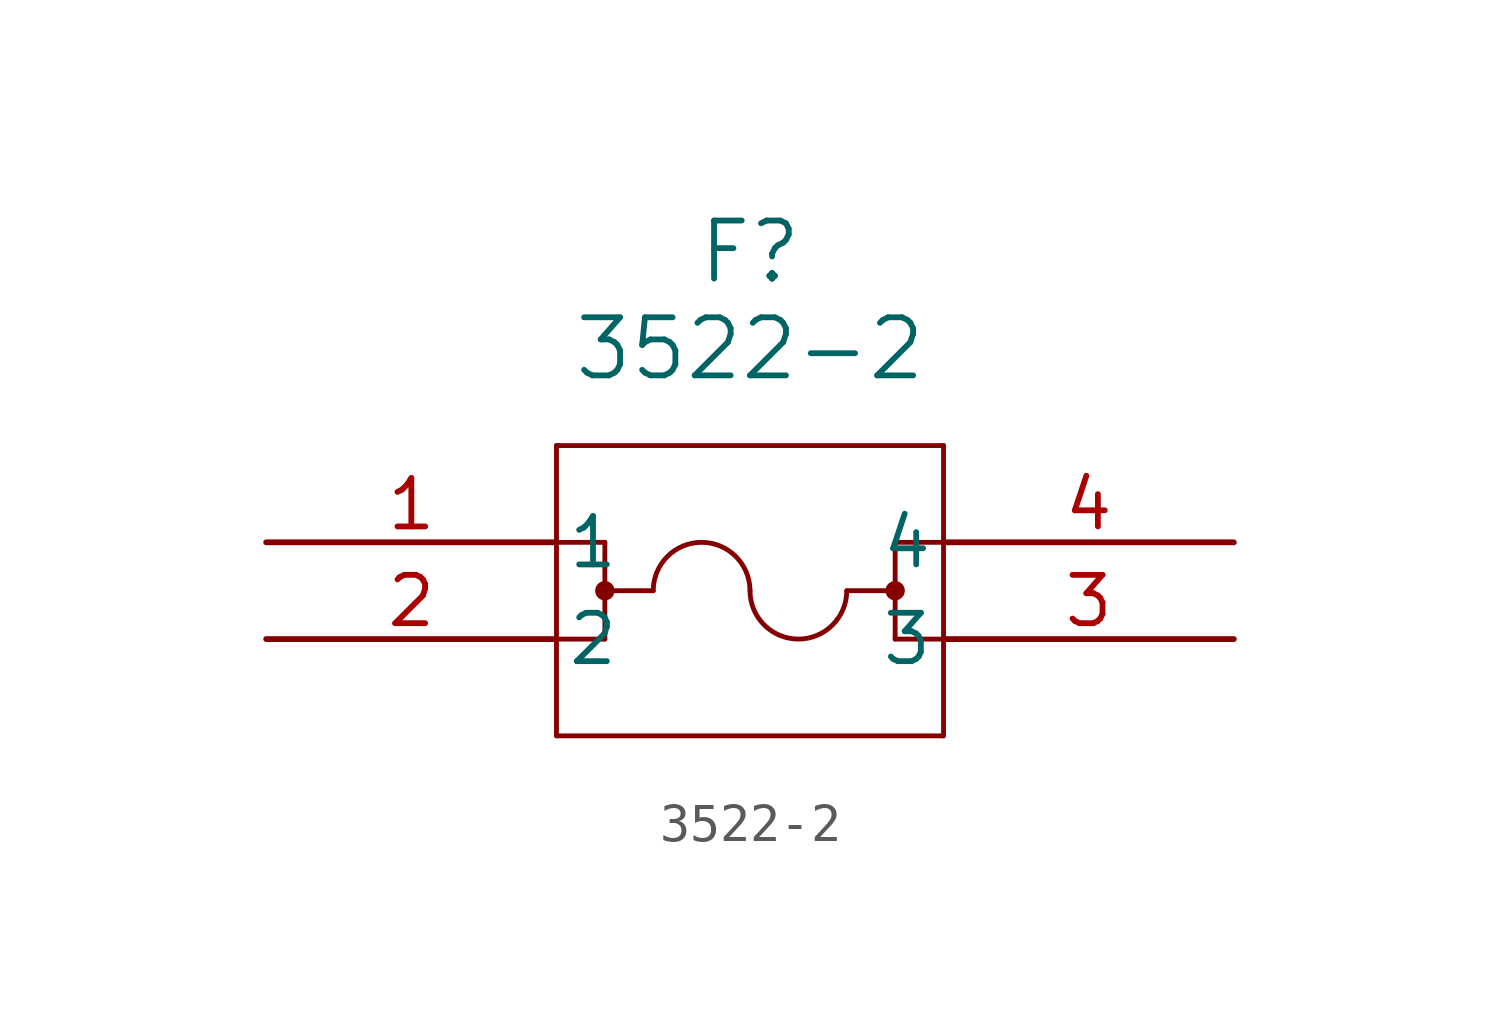
<source format=kicad_sym>
(kicad_symbol_lib
  (version 20211014)
  (generator kicad_symbol_editor)
  (symbol "3522-2"
    (pin_names
      (offset 0.254))
    (property "Reference" "F"
      (at 12.7 7.62 0)
      (effects (font (size 1.524 1.524))))
    (property "Value" "3522-2"
      (at 12.7 5.08 0)
      (effects (font (size 1.524 1.524))))
    (symbol "3522-2_0_1"
      (polyline (pts (xy 16.51 -2.54) (xy 16.51 0)) (stroke (width 0.127) (type default) (color 0 0 0 0)) (fill (type none)))
      (polyline (pts (xy 8.89 0) (xy 8.89 -2.54)) (stroke (width 0.127) (type default) (color 0 0 0 0)) (fill (type none)))
      (polyline (pts (xy 7.62 2.54) (xy 7.62 -5.08)) (stroke (width 0.127) (type default) (color 0 0 0 0)) (fill (type none)))
      (polyline (pts (xy 7.62 -5.08) (xy 17.78 -5.08)) (stroke (width 0.127) (type default) (color 0 0 0 0)) (fill (type none)))
      (polyline (pts (xy 17.78 -5.08) (xy 17.78 2.54)) (stroke (width 0.127) (type default) (color 0 0 0 0)) (fill (type none)))
      (polyline (pts (xy 17.78 2.54) (xy 7.62 2.54)) (stroke (width 0.127) (type default) (color 0 0 0 0)) (fill (type none)))
      (arc (start 12.7 -1.27) (mid 11.43 0) (end 10.16 -1.27) (stroke (width 0.127) (type default) (color 0 0 0 0)) (fill (type none)))
      (arc (start 12.7 -1.27) (mid 13.97 -2.54) (end 15.24 -1.27) (stroke (width 0.127) (type default) (color 0 0 0 0)) (fill (type none)))
      (polyline (pts (xy 7.62 0) (xy 8.89 0)) (stroke (width 0.127) (type default) (color 0 0 0 0)) (fill (type none)))
      (polyline (pts (xy 7.62 -2.54) (xy 8.89 -2.54)) (stroke (width 0.127) (type default) (color 0 0 0 0)) (fill (type none)))
      (polyline (pts (xy 8.89 -1.27) (xy 10.16 -1.27)) (stroke (width 0.127) (type default) (color 0 0 0 0)) (fill (type none)))
      (circle (center 8.89 -1.27) (radius 0.127) (stroke (width 0.254) (type default) (color 0 0 0 0)) (fill (type none)))
      (circle (center 16.51 -1.27) (radius 0.127) (stroke (width 0.254) (type default) (color 0 0 0 0)) (fill (type none)))
      (polyline (pts (xy 15.24 -1.27) (xy 16.51 -1.27)) (stroke (width 0.127) (type default) (color 0 0 0 0)) (fill (type none)))
      (polyline (pts (xy 16.51 0) (xy 17.78 0)) (stroke (width 0.127) (type default) (color 0 0 0 0)) (fill (type none)))
      (polyline (pts (xy 17.78 -2.54) (xy 16.51 -2.54)) (stroke (width 0.127) (type default) (color 0 0 0 0)) (fill (type none)))
      (pin unspecified line (at 0 0 0) (length 7.62) (name "1" (effects (font (size 1.27 1.27)))) (number "1" (effects (font (size 1.27 1.27)))))
      (pin unspecified line (at 0 -2.54 0) (length 7.62) (name "2" (effects (font (size 1.27 1.27)))) (number "2" (effects (font (size 1.27 1.27)))))
      (pin unspecified line (at 25.4 -2.54 180) (length 7.62) (name "3" (effects (font (size 1.27 1.27)))) (number "3" (effects (font (size 1.27 1.27)))))
      (pin unspecified line (at 25.4 0 180) (length 7.62) (name "4" (effects (font (size 1.27 1.27)))) (number "4" (effects (font (size 1.27 1.27))))))))
</source>
